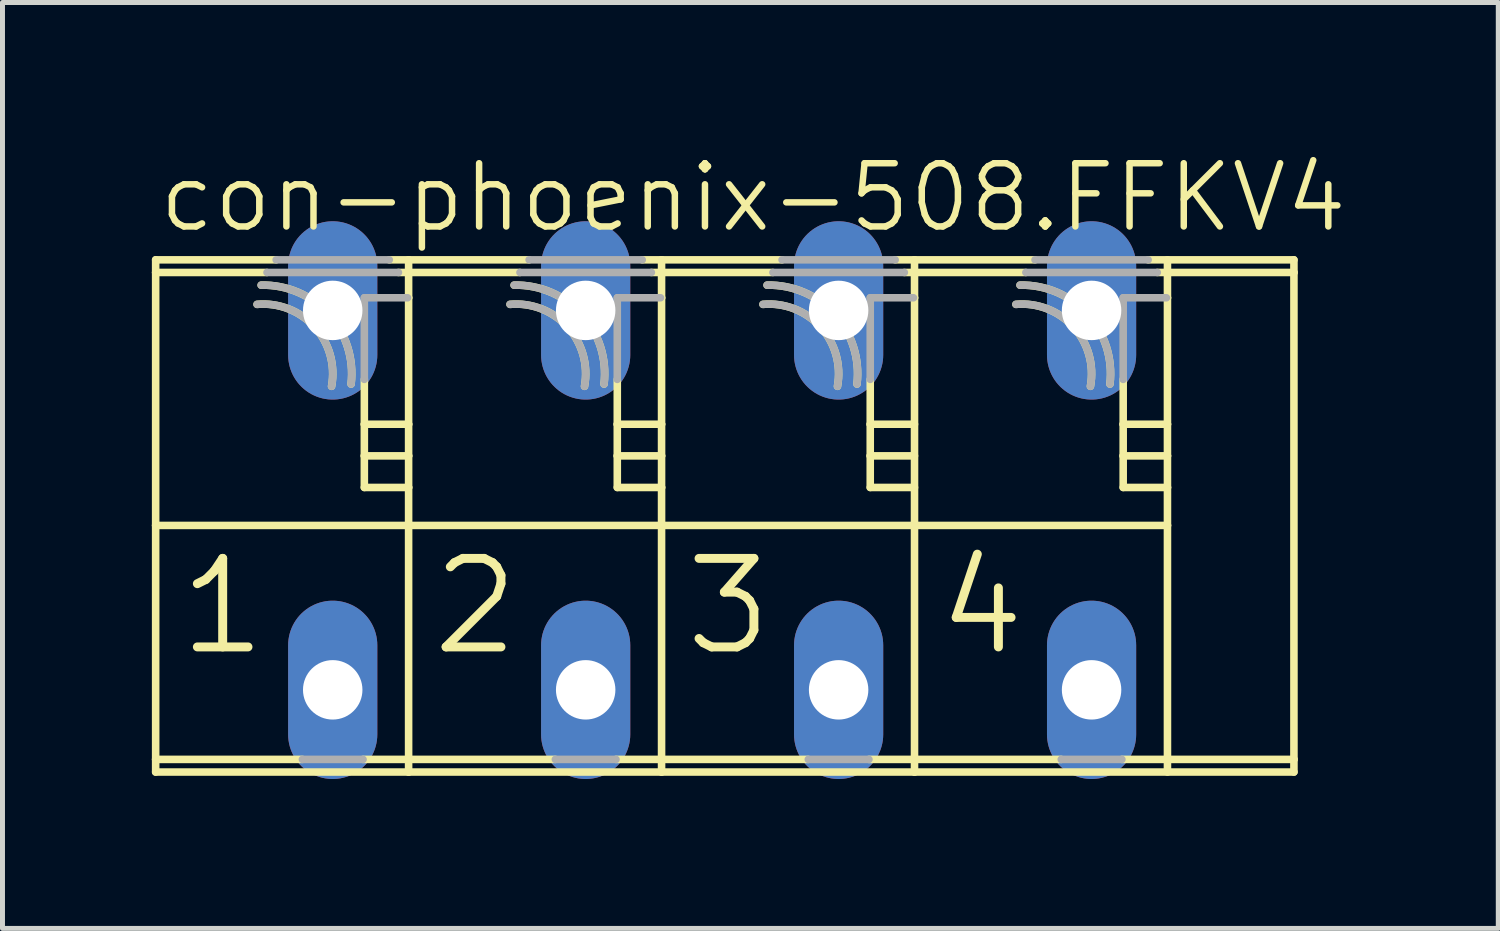
<source format=kicad_pcb>
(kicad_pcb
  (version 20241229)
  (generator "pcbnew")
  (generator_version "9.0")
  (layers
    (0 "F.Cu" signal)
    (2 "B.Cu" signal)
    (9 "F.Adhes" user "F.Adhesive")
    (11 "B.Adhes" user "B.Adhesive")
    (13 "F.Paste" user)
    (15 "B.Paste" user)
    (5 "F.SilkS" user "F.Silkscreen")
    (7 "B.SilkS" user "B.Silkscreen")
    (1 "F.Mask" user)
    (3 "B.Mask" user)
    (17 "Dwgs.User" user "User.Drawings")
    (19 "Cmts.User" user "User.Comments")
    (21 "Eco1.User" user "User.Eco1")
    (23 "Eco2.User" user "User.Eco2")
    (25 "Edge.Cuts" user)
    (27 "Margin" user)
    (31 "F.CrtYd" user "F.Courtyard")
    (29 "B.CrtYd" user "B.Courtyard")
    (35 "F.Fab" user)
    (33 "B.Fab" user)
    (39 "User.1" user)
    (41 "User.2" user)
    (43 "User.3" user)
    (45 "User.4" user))
  (footprint "con-phoenix-508.FFKV4"
    (layer "F.Cu")
    (at 11.252 6.994)
    (property "Reference" "con-phoenix-508.FFKV4" (at -11.176 -5.334 0) (layer "F.SilkS") (effects (font (size 1.27 1.27) (thickness 0.13)) (justify left bottom)))
    (attr through_hole)
    (fp_line (start -11.176 -4.572) (end -11.176 -4.826) (stroke (width 0.152) (type default)) (layer "F.SilkS"))
    (fp_line (start -11.176 -4.572) (end -8.94 -4.572) (stroke (width 0.152) (type default)) (layer "F.SilkS"))
    (fp_line (start -11.176 0.508) (end -11.176 -4.572) (stroke (width 0.152) (type default)) (layer "F.SilkS"))
    (fp_line (start -11.176 0.508) (end -6.096 0.508) (stroke (width 0.152) (type default)) (layer "F.SilkS"))
    (fp_line (start -11.176 5.207) (end -11.176 0.508) (stroke (width 0.152) (type default)) (layer "F.SilkS"))
    (fp_line (start -11.176 5.207) (end -8.229 5.207) (stroke (width 0.152) (type default)) (layer "F.SilkS"))
    (fp_line (start -11.176 5.461) (end -11.176 5.207) (stroke (width 0.152) (type default)) (layer "F.SilkS"))
    (fp_line (start -8.756 -4.826) (end -11.176 -4.826) (stroke (width 0.152) (type default)) (layer "F.SilkS"))
    (fp_line (start -7.011 5.207) (end -6.096 5.207) (stroke (width 0.152) (type default)) (layer "F.SilkS"))
    (fp_line (start -6.985 -1.524) (end -6.985 -2.425) (stroke (width 0.152) (type default)) (layer "F.SilkS"))
    (fp_line (start -6.985 -0.889) (end -6.985 -1.524) (stroke (width 0.152) (type default)) (layer "F.SilkS"))
    (fp_line (start -6.985 -0.254) (end -6.985 -0.889) (stroke (width 0.152) (type default)) (layer "F.SilkS"))
    (fp_line (start -6.3 -4.572) (end -6.096 -4.572) (stroke (width 0.152) (type default)) (layer "F.SilkS"))
    (fp_line (start -6.117 -4.064) (end -6.096 -4.064) (stroke (width 0.152) (type default)) (layer "F.SilkS"))
    (fp_line (start -6.096 -4.826) (end -6.484 -4.826) (stroke (width 0.152) (type default)) (layer "F.SilkS"))
    (fp_line (start -6.096 -4.572) (end -6.096 -4.826) (stroke (width 0.152) (type default)) (layer "F.SilkS"))
    (fp_line (start -6.096 -4.572) (end -3.86 -4.572) (stroke (width 0.152) (type default)) (layer "F.SilkS"))
    (fp_line (start -6.096 -4.064) (end -6.096 -4.572) (stroke (width 0.152) (type default)) (layer "F.SilkS"))
    (fp_line (start -6.096 -1.524) (end -6.985 -1.524) (stroke (width 0.152) (type default)) (layer "F.SilkS"))
    (fp_line (start -6.096 -1.524) (end -6.096 -4.064) (stroke (width 0.152) (type default)) (layer "F.SilkS"))
    (fp_line (start -6.096 -0.889) (end -6.985 -0.889) (stroke (width 0.152) (type default)) (layer "F.SilkS"))
    (fp_line (start -6.096 -0.889) (end -6.096 -1.524) (stroke (width 0.152) (type default)) (layer "F.SilkS"))
    (fp_line (start -6.096 -0.254) (end -6.985 -0.254) (stroke (width 0.152) (type default)) (layer "F.SilkS"))
    (fp_line (start -6.096 -0.254) (end -6.096 -0.889) (stroke (width 0.152) (type default)) (layer "F.SilkS"))
    (fp_line (start -6.096 0.508) (end -6.096 -0.254) (stroke (width 0.152) (type default)) (layer "F.SilkS"))
    (fp_line (start -6.096 0.508) (end -1.016 0.508) (stroke (width 0.152) (type default)) (layer "F.SilkS"))
    (fp_line (start -6.096 5.207) (end -6.096 0.508) (stroke (width 0.152) (type default)) (layer "F.SilkS"))
    (fp_line (start -6.096 5.207) (end -3.149 5.207) (stroke (width 0.152) (type default)) (layer "F.SilkS"))
    (fp_line (start -6.096 5.461) (end -11.176 5.461) (stroke (width 0.152) (type default)) (layer "F.SilkS"))
    (fp_line (start -6.096 5.461) (end -6.096 5.207) (stroke (width 0.152) (type default)) (layer "F.SilkS"))
    (fp_line (start -3.676 -4.826) (end -6.096 -4.826) (stroke (width 0.152) (type default)) (layer "F.SilkS"))
    (fp_line (start -1.931 5.207) (end -1.016 5.207) (stroke (width 0.152) (type default)) (layer "F.SilkS"))
    (fp_line (start -1.905 -1.524) (end -1.905 -2.425) (stroke (width 0.152) (type default)) (layer "F.SilkS"))
    (fp_line (start -1.905 -0.889) (end -1.905 -1.524) (stroke (width 0.152) (type default)) (layer "F.SilkS"))
    (fp_line (start -1.905 -0.254) (end -1.905 -0.889) (stroke (width 0.152) (type default)) (layer "F.SilkS"))
    (fp_line (start -1.22 -4.572) (end -1.016 -4.572) (stroke (width 0.152) (type default)) (layer "F.SilkS"))
    (fp_line (start -1.037 -4.064) (end -1.016 -4.064) (stroke (width 0.152) (type default)) (layer "F.SilkS"))
    (fp_line (start -1.016 -4.826) (end -1.404 -4.826) (stroke (width 0.152) (type default)) (layer "F.SilkS"))
    (fp_line (start -1.016 -4.572) (end -1.016 -4.826) (stroke (width 0.152) (type default)) (layer "F.SilkS"))
    (fp_line (start -1.016 -4.572) (end 1.22 -4.572) (stroke (width 0.152) (type default)) (layer "F.SilkS"))
    (fp_line (start -1.016 -4.064) (end -1.016 -4.572) (stroke (width 0.152) (type default)) (layer "F.SilkS"))
    (fp_line (start -1.016 -1.524) (end -1.905 -1.524) (stroke (width 0.152) (type default)) (layer "F.SilkS"))
    (fp_line (start -1.016 -1.524) (end -1.016 -4.064) (stroke (width 0.152) (type default)) (layer "F.SilkS"))
    (fp_line (start -1.016 -0.889) (end -1.905 -0.889) (stroke (width 0.152) (type default)) (layer "F.SilkS"))
    (fp_line (start -1.016 -0.889) (end -1.016 -1.524) (stroke (width 0.152) (type default)) (layer "F.SilkS"))
    (fp_line (start -1.016 -0.254) (end -1.905 -0.254) (stroke (width 0.152) (type default)) (layer "F.SilkS"))
    (fp_line (start -1.016 -0.254) (end -1.016 -0.889) (stroke (width 0.152) (type default)) (layer "F.SilkS"))
    (fp_line (start -1.016 0.508) (end -1.016 -0.254) (stroke (width 0.152) (type default)) (layer "F.SilkS"))
    (fp_line (start -1.016 0.508) (end 4.064 0.508) (stroke (width 0.152) (type default)) (layer "F.SilkS"))
    (fp_line (start -1.016 5.207) (end -1.016 0.508) (stroke (width 0.152) (type default)) (layer "F.SilkS"))
    (fp_line (start -1.016 5.207) (end 1.931 5.207) (stroke (width 0.152) (type default)) (layer "F.SilkS"))
    (fp_line (start -1.016 5.461) (end -6.096 5.461) (stroke (width 0.152) (type default)) (layer "F.SilkS"))
    (fp_line (start -1.016 5.461) (end -1.016 5.207) (stroke (width 0.152) (type default)) (layer "F.SilkS"))
    (fp_line (start 1.404 -4.826) (end -1.016 -4.826) (stroke (width 0.152) (type default)) (layer "F.SilkS"))
    (fp_line (start 3.149 5.207) (end 4.064 5.207) (stroke (width 0.152) (type default)) (layer "F.SilkS"))
    (fp_line (start 3.175 -1.524) (end 3.175 -2.425) (stroke (width 0.152) (type default)) (layer "F.SilkS"))
    (fp_line (start 3.175 -0.889) (end 3.175 -1.524) (stroke (width 0.152) (type default)) (layer "F.SilkS"))
    (fp_line (start 3.175 -0.254) (end 3.175 -0.889) (stroke (width 0.152) (type default)) (layer "F.SilkS"))
    (fp_line (start 3.86 -4.572) (end 4.064 -4.572) (stroke (width 0.152) (type default)) (layer "F.SilkS"))
    (fp_line (start 4.043 -4.064) (end 4.064 -4.064) (stroke (width 0.152) (type default)) (layer "F.SilkS"))
    (fp_line (start 4.064 -4.826) (end 3.676 -4.826) (stroke (width 0.152) (type default)) (layer "F.SilkS"))
    (fp_line (start 4.064 -4.572) (end 4.064 -4.826) (stroke (width 0.152) (type default)) (layer "F.SilkS"))
    (fp_line (start 4.064 -4.572) (end 6.3 -4.572) (stroke (width 0.152) (type default)) (layer "F.SilkS"))
    (fp_line (start 4.064 -4.064) (end 4.064 -4.572) (stroke (width 0.152) (type default)) (layer "F.SilkS"))
    (fp_line (start 4.064 -1.524) (end 3.175 -1.524) (stroke (width 0.152) (type default)) (layer "F.SilkS"))
    (fp_line (start 4.064 -0.889) (end 3.175 -0.889) (stroke (width 0.152) (type default)) (layer "F.SilkS"))
    (fp_line (start 4.064 -0.254) (end 3.175 -0.254) (stroke (width 0.152) (type default)) (layer "F.SilkS"))
    (fp_line (start 4.064 0.508) (end 4.064 -4.064) (stroke (width 0.152) (type default)) (layer "F.SilkS"))
    (fp_line (start 4.064 0.508) (end 9.144 0.508) (stroke (width 0.152) (type default)) (layer "F.SilkS"))
    (fp_line (start 4.064 5.207) (end 4.064 0.508) (stroke (width 0.152) (type default)) (layer "F.SilkS"))
    (fp_line (start 4.064 5.207) (end 7.011 5.207) (stroke (width 0.152) (type default)) (layer "F.SilkS"))
    (fp_line (start 4.064 5.461) (end -1.016 5.461) (stroke (width 0.152) (type default)) (layer "F.SilkS"))
    (fp_line (start 4.064 5.461) (end 4.064 5.207) (stroke (width 0.152) (type default)) (layer "F.SilkS"))
    (fp_line (start 6.484 -4.826) (end 4.064 -4.826) (stroke (width 0.152) (type default)) (layer "F.SilkS"))
    (fp_line (start 8.255 -1.524) (end 8.255 -2.425) (stroke (width 0.152) (type default)) (layer "F.SilkS"))
    (fp_line (start 8.255 -0.889) (end 8.255 -1.524) (stroke (width 0.152) (type default)) (layer "F.SilkS"))
    (fp_line (start 8.255 -0.254) (end 8.255 -0.889) (stroke (width 0.152) (type default)) (layer "F.SilkS"))
    (fp_line (start 9.123 -4.064) (end 9.144 -4.064) (stroke (width 0.152) (type default)) (layer "F.SilkS"))
    (fp_line (start 9.144 -4.064) (end 9.144 -4.826) (stroke (width 0.152) (type default)) (layer "F.SilkS"))
    (fp_line (start 9.144 -1.524) (end 8.255 -1.524) (stroke (width 0.152) (type default)) (layer "F.SilkS"))
    (fp_line (start 9.144 -1.524) (end 9.144 -4.064) (stroke (width 0.152) (type default)) (layer "F.SilkS"))
    (fp_line (start 9.144 -0.889) (end 8.255 -0.889) (stroke (width 0.152) (type default)) (layer "F.SilkS"))
    (fp_line (start 9.144 -0.889) (end 9.144 -1.524) (stroke (width 0.152) (type default)) (layer "F.SilkS"))
    (fp_line (start 9.144 -0.254) (end 8.255 -0.254) (stroke (width 0.152) (type default)) (layer "F.SilkS"))
    (fp_line (start 9.144 -0.254) (end 9.144 -0.889) (stroke (width 0.152) (type default)) (layer "F.SilkS"))
    (fp_line (start 9.144 0.508) (end 9.144 -0.254) (stroke (width 0.152) (type default)) (layer "F.SilkS"))
    (fp_line (start 9.144 5.461) (end 9.144 0.508) (stroke (width 0.152) (type default)) (layer "F.SilkS"))
    (fp_line (start 11.684 -4.826) (end 8.756 -4.826) (stroke (width 0.152) (type default)) (layer "F.SilkS"))
    (fp_line (start 11.684 -4.572) (end 8.94 -4.572) (stroke (width 0.152) (type default)) (layer "F.SilkS"))
    (fp_line (start 11.684 -4.572) (end 11.684 -4.826) (stroke (width 0.152) (type default)) (layer "F.SilkS"))
    (fp_line (start 11.684 5.207) (end 8.229 5.207) (stroke (width 0.152) (type default)) (layer "F.SilkS"))
    (fp_line (start 11.684 5.207) (end 11.684 -4.572) (stroke (width 0.152) (type default)) (layer "F.SilkS"))
    (fp_line (start 11.684 5.461) (end 4.064 5.461) (stroke (width 0.152) (type default)) (layer "F.SilkS"))
    (fp_line (start 11.684 5.461) (end 11.684 5.207) (stroke (width 0.152) (type default)) (layer "F.SilkS"))
    (fp_arc (start -9.1392 -3.9317) (mid -7.983175 -3.479821) (end -7.6428 -2.2862) (stroke (width 0.1524) (type default)) (layer "F.SilkS"))
    (fp_arc (start -9.0569 -4.3175) (mid -7.701183 -3.735951) (end -7.2508 -2.3312) (stroke (width 0.1524) (type default)) (layer "F.SilkS"))
    (fp_arc (start -4.0592 -3.9317) (mid -2.903175 -3.479821) (end -2.5628 -2.2862) (stroke (width 0.1524) (type default)) (layer "F.SilkS"))
    (fp_arc (start -3.9769 -4.3175) (mid -2.621183 -3.735951) (end -2.1708 -2.3312) (stroke (width 0.1524) (type default)) (layer "F.SilkS"))
    (fp_arc (start 1.0208 -3.9317) (mid 2.176825 -3.479821) (end 2.5172 -2.2862) (stroke (width 0.1524) (type default)) (layer "F.SilkS"))
    (fp_arc (start 1.1031 -4.3175) (mid 2.458817 -3.735951) (end 2.9092 -2.3312) (stroke (width 0.1524) (type default)) (layer "F.SilkS"))
    (fp_arc (start 6.1008 -3.9317) (mid 7.256825 -3.479821) (end 7.5972 -2.2862) (stroke (width 0.1524) (type default)) (layer "F.SilkS"))
    (fp_arc (start 6.1831 -4.3175) (mid 7.538817 -3.735951) (end 7.9892 -2.3312) (stroke (width 0.1524) (type default)) (layer "F.SilkS"))
    (fp_line (start -8.94 -4.572) (end -6.3 -4.572) (stroke (width 0.152) (type default)) (layer "F.Fab"))
    (fp_line (start -8.229 5.207) (end -7.011 5.207) (stroke (width 0.152) (type default)) (layer "F.Fab"))
    (fp_line (start -6.985 -4.064) (end -6.117 -4.064) (stroke (width 0.152) (type default)) (layer "F.Fab"))
    (fp_line (start -6.985 -2.425) (end -6.985 -4.064) (stroke (width 0.152) (type default)) (layer "F.Fab"))
    (fp_line (start -6.484 -4.826) (end -8.756 -4.826) (stroke (width 0.152) (type default)) (layer "F.Fab"))
    (fp_line (start -3.86 -4.572) (end -1.22 -4.572) (stroke (width 0.152) (type default)) (layer "F.Fab"))
    (fp_line (start -3.149 5.207) (end -1.931 5.207) (stroke (width 0.152) (type default)) (layer "F.Fab"))
    (fp_line (start -1.905 -4.064) (end -1.037 -4.064) (stroke (width 0.152) (type default)) (layer "F.Fab"))
    (fp_line (start -1.905 -2.425) (end -1.905 -4.064) (stroke (width 0.152) (type default)) (layer "F.Fab"))
    (fp_line (start -1.404 -4.826) (end -3.676 -4.826) (stroke (width 0.152) (type default)) (layer "F.Fab"))
    (fp_line (start 1.22 -4.572) (end 3.86 -4.572) (stroke (width 0.152) (type default)) (layer "F.Fab"))
    (fp_line (start 1.931 5.207) (end 3.149 5.207) (stroke (width 0.152) (type default)) (layer "F.Fab"))
    (fp_line (start 3.175 -4.064) (end 4.043 -4.064) (stroke (width 0.152) (type default)) (layer "F.Fab"))
    (fp_line (start 3.175 -2.425) (end 3.175 -4.064) (stroke (width 0.152) (type default)) (layer "F.Fab"))
    (fp_line (start 3.676 -4.826) (end 1.404 -4.826) (stroke (width 0.152) (type default)) (layer "F.Fab"))
    (fp_line (start 6.3 -4.572) (end 8.94 -4.572) (stroke (width 0.152) (type default)) (layer "F.Fab"))
    (fp_line (start 7.011 5.207) (end 8.229 5.207) (stroke (width 0.152) (type default)) (layer "F.Fab"))
    (fp_line (start 8.255 -4.064) (end 9.123 -4.064) (stroke (width 0.152) (type default)) (layer "F.Fab"))
    (fp_line (start 8.255 -2.425) (end 8.255 -4.064) (stroke (width 0.152) (type default)) (layer "F.Fab"))
    (fp_line (start 8.756 -4.826) (end 6.484 -4.826) (stroke (width 0.152) (type default)) (layer "F.Fab"))
    (fp_arc (start -9.1392 -3.9317) (mid -7.983306 -3.479837) (end -7.6431 -2.2863) (stroke (width 0.1524) (type default)) (layer "F.Fab"))
    (fp_arc (start -9.0569 -4.3175) (mid -7.701248 -3.735936) (end -7.251 -2.3312) (stroke (width 0.1524) (type default)) (layer "F.Fab"))
    (fp_arc (start -4.0592 -3.9317) (mid -2.903306 -3.479837) (end -2.5631 -2.2863) (stroke (width 0.1524) (type default)) (layer "F.Fab"))
    (fp_arc (start -3.9769 -4.3175) (mid -2.621248 -3.735936) (end -2.171 -2.3312) (stroke (width 0.1524) (type default)) (layer "F.Fab"))
    (fp_arc (start 1.0208 -3.9317) (mid 2.176694 -3.479837) (end 2.5169 -2.2863) (stroke (width 0.1524) (type default)) (layer "F.Fab"))
    (fp_arc (start 1.1031 -4.3175) (mid 2.458752 -3.735936) (end 2.909 -2.3312) (stroke (width 0.1524) (type default)) (layer "F.Fab"))
    (fp_arc (start 6.1008 -3.9317) (mid 7.256694 -3.479837) (end 7.5969 -2.2863) (stroke (width 0.1524) (type default)) (layer "F.Fab"))
    (fp_arc (start 6.1831 -4.3175) (mid 7.538752 -3.735936) (end 7.989 -2.3312) (stroke (width 0.1524) (type default)) (layer "F.Fab"))
    (fp_text user "2" (at -5.715 3.175 0) (layer "F.SilkS") (effects (font (size 1.778 1.778) (thickness 0.18)) (justify left bottom)))
    (fp_text user "1" (at -10.795 3.175 0) (layer "F.SilkS") (effects (font (size 1.778 1.778) (thickness 0.18)) (justify left bottom)))
    (fp_text user "4" (at 4.445 3.175 0) (layer "F.SilkS") (effects (font (size 1.778 1.778) (thickness 0.18)) (justify left bottom)))
    (fp_text user "3" (at -0.635 3.175 0) (layer "F.SilkS") (effects (font (size 1.778 1.778) (thickness 0.18)) (justify left bottom)))
    (pad "1" thru_hole oval (at -7.62 3.81 90) (size 3.581 1.791) (drill 1.194) (layers "*.Cu" "*.Mask"))
    (pad "1A" thru_hole oval (at -7.62 -3.81 90) (size 3.581 1.791) (drill 1.194) (layers "*.Cu" "*.Mask"))
    (pad "2" thru_hole oval (at -2.54 3.81 90) (size 3.581 1.791) (drill 1.194) (layers "*.Cu" "*.Mask"))
    (pad "2A" thru_hole oval (at -2.54 -3.81 90) (size 3.581 1.791) (drill 1.194) (layers "*.Cu" "*.Mask"))
    (pad "3" thru_hole oval (at 2.54 3.81 90) (size 3.581 1.791) (drill 1.194) (layers "*.Cu" "*.Mask"))
    (pad "3A" thru_hole oval (at 2.54 -3.81 90) (size 3.581 1.791) (drill 1.194) (layers "*.Cu" "*.Mask"))
    (pad "4" thru_hole oval (at 7.62 3.81 90) (size 3.581 1.791) (drill 1.194) (layers "*.Cu" "*.Mask"))
    (pad "4A" thru_hole oval (at 7.62 -3.81 90) (size 3.581 1.791) (drill 1.194) (layers "*.Cu" "*.Mask")))
  (gr_rect
    (start -3 -3)
    (end 27.04 15.595)
    (stroke (width 0.1) (type default))
    (fill no)
    (layer "Edge.Cuts")))
</source>
